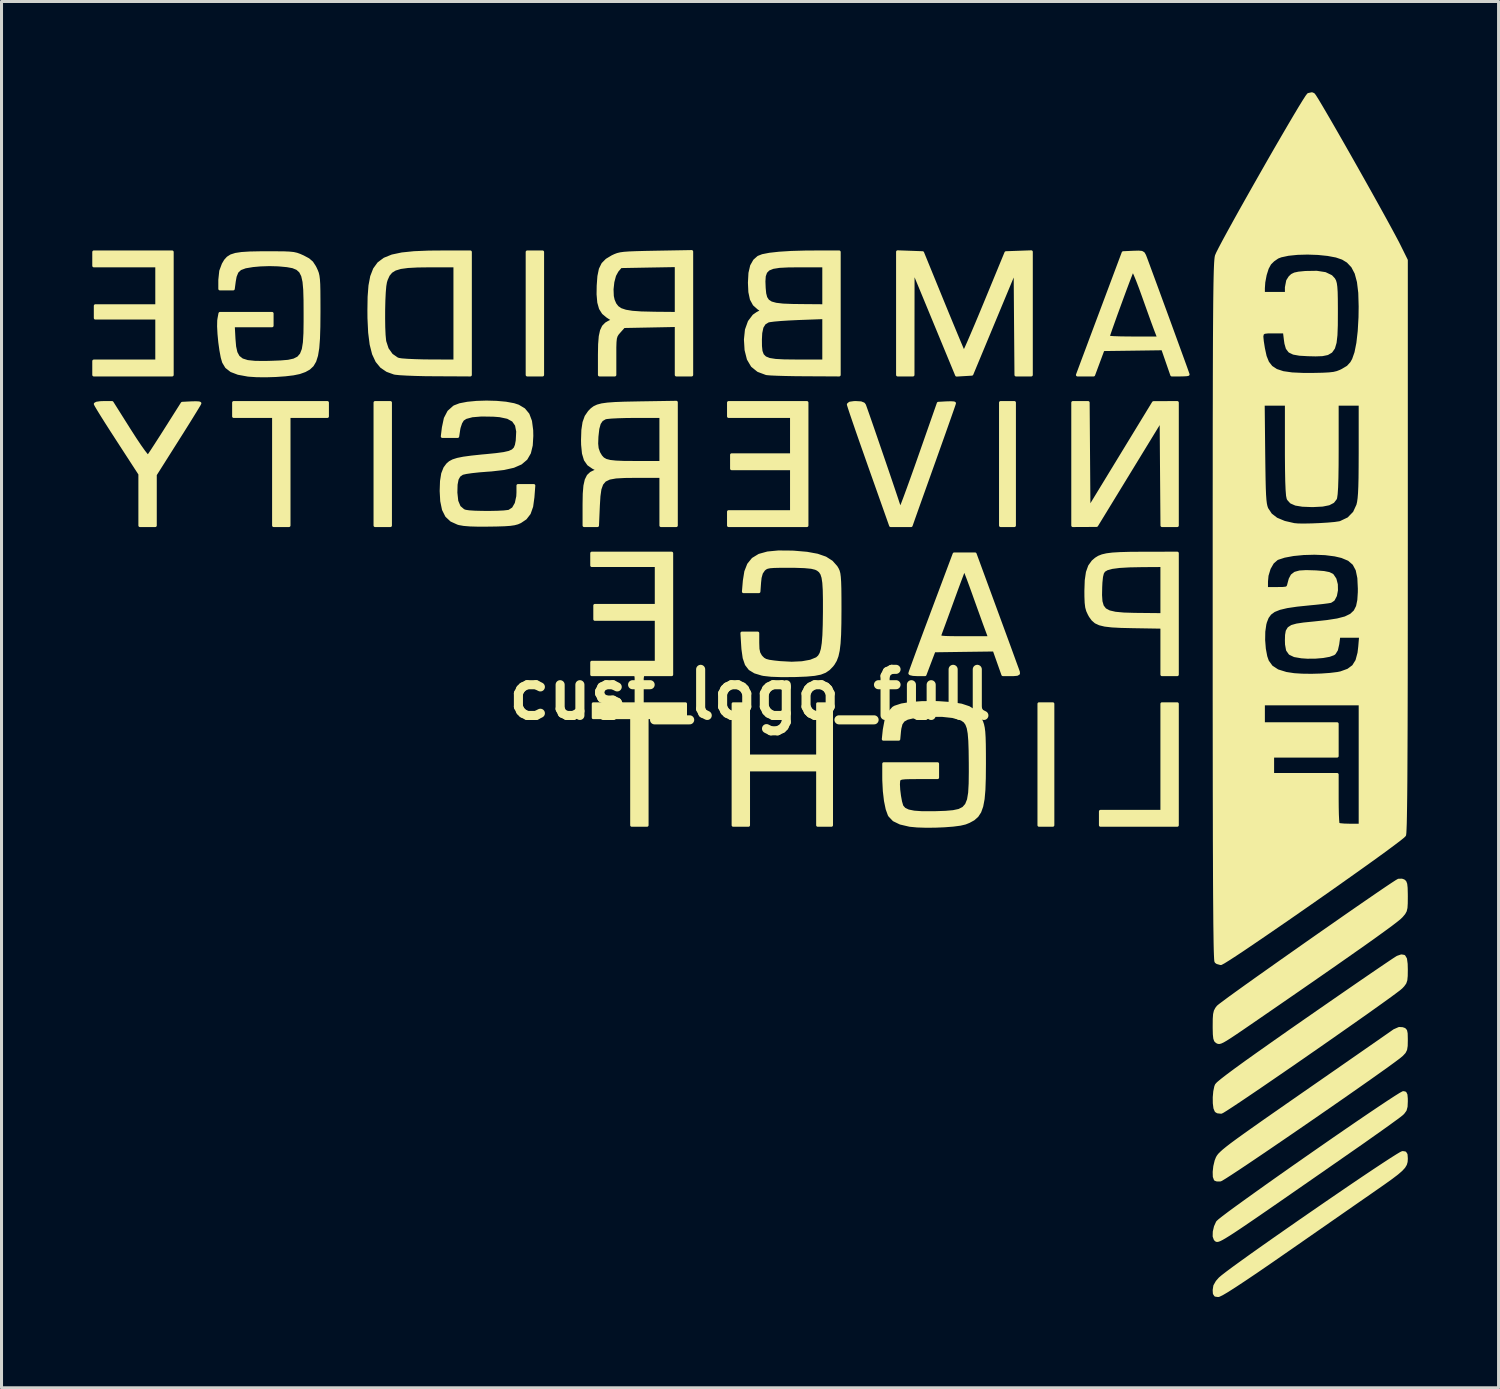
<source format=kicad_pcb>
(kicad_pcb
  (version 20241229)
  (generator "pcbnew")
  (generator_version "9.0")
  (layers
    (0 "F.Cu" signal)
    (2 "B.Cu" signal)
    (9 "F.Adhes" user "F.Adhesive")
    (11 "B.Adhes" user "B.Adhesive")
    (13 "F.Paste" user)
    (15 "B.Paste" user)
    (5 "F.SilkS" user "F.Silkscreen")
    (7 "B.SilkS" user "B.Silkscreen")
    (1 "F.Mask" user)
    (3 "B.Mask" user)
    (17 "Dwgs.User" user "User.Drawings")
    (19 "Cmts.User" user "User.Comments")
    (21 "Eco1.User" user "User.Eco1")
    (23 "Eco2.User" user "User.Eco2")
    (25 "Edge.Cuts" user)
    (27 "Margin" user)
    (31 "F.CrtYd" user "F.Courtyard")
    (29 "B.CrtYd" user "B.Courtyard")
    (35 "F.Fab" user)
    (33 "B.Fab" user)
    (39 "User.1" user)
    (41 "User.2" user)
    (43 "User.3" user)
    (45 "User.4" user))
  (footprint "cusf_logo_full"
    (layer "F.Cu")
    (at 21.742 19.909)
    (property "Reference" "cusf_logo_full" (at 0 0 0) (layer "F.SilkS") (effects (font (size 1.524 1.524) (thickness 0.3))))
    (attr through_hole)
    (fp_poly (pts (xy -11.887 -5.588) (xy -12.141 -5.588) (xy -12.395 -5.588) (xy -12.395 -7.62) (xy -12.395 -9.652) (xy -12.141 -9.652) (xy -11.887 -9.652) (xy -11.887 -7.62) (xy -11.887 -5.588)) (stroke (width 0.1) (type solid)) (fill yes) (layer "F.SilkS"))
    (fp_poly (pts (xy -6.858 -10.566) (xy -7.112 -10.566) (xy -7.366 -10.566) (xy -7.366 -12.598) (xy -7.366 -14.63) (xy -7.112 -14.63) (xy -6.858 -14.63) (xy -6.858 -12.598) (xy -6.858 -10.566)) (stroke (width 0.1) (type solid)) (fill yes) (layer "F.SilkS"))
    (fp_poly (pts (xy 8.738 -5.588) (xy 8.509 -5.588) (xy 8.28 -5.588) (xy 8.28 -7.62) (xy 8.28 -9.652) (xy 8.509 -9.652) (xy 8.738 -9.652) (xy 8.738 -7.62) (xy 8.738 -5.588)) (stroke (width 0.1) (type solid)) (fill yes) (layer "F.SilkS"))
    (fp_poly (pts (xy 10.008 4.318) (xy 9.779 4.318) (xy 9.55 4.318) (xy 9.55 2.311) (xy 9.55 0.305) (xy 9.779 0.305) (xy 10.008 0.305) (xy 10.008 2.311) (xy 10.008 4.318)) (stroke (width 0.1) (type solid)) (fill yes) (layer "F.SilkS"))
    (fp_poly (pts (xy 14.122 4.318) (xy 12.852 4.318) (xy 11.582 4.318) (xy 11.582 4.089) (xy 11.582 3.861) (xy 12.598 3.861) (xy 13.614 3.861) (xy 13.614 2.083) (xy 13.614 0.305) (xy 13.868 0.305) (xy 14.122 0.305) (xy 14.122 2.311) (xy 14.122 4.318)) (stroke (width 0.1) (type solid)) (fill yes) (layer "F.SilkS"))
    (fp_poly (pts (xy -13.97 -9.195) (xy -14.605 -9.195) (xy -15.24 -9.195) (xy -15.24 -7.391) (xy -15.24 -5.588) (xy -15.494 -5.588) (xy -15.748 -5.588) (xy -15.748 -7.391) (xy -15.748 -9.195) (xy -16.408 -9.195) (xy -17.069 -9.195) (xy -17.069 -9.423) (xy -17.069 -9.652) (xy -15.519 -9.652) (xy -13.97 -9.652) (xy -13.97 -9.423) (xy -13.97 -9.195)) (stroke (width 0.1) (type solid)) (fill yes) (layer "F.SilkS"))
    (fp_poly (pts (xy -2.134 0.762) (xy -2.769 0.762) (xy -3.404 0.762) (xy -3.404 2.54) (xy -3.404 4.318) (xy -3.658 4.318) (xy -3.912 4.318) (xy -3.912 2.54) (xy -3.912 0.762) (xy -4.547 0.762) (xy -5.182 0.762) (xy -5.182 0.533) (xy -5.182 0.305) (xy -3.658 0.305) (xy -2.134 0.305) (xy -2.134 0.533) (xy -2.134 0.762)) (stroke (width 0.1) (type solid)) (fill yes) (layer "F.SilkS"))
    (fp_poly (pts (xy 14.122 -5.588) (xy 13.869 -5.588) (xy 13.616 -5.588) (xy 13.602 -7.336) (xy 13.589 -9.084) (xy 12.522 -7.338) (xy 11.455 -5.592) (xy 11.062 -5.59) (xy 10.668 -5.588) (xy 10.668 -7.62) (xy 10.668 -9.652) (xy 10.921 -9.652) (xy 11.175 -9.652) (xy 11.188 -7.9) (xy 11.201 -6.148) (xy 12.268 -7.899) (xy 13.335 -9.649) (xy 13.729 -9.651) (xy 14.122 -9.652) (xy 14.122 -7.62) (xy 14.122 -5.588)) (stroke (width 0.1) (type solid)) (fill yes) (layer "F.SilkS"))
    (fp_poly (pts (xy -19.101 -10.566) (xy -20.396 -10.566) (xy -21.692 -10.566) (xy -21.692 -10.795) (xy -21.692 -11.024) (xy -20.65 -11.024) (xy -19.609 -11.024) (xy -19.609 -11.735) (xy -19.609 -12.446) (xy -20.625 -12.446) (xy -21.641 -12.446) (xy -21.641 -12.649) (xy -21.641 -12.852) (xy -20.625 -12.852) (xy -19.609 -12.852) (xy -19.609 -13.513) (xy -19.609 -14.173) (xy -20.65 -14.173) (xy -21.692 -14.173) (xy -21.692 -14.402) (xy -21.692 -14.63) (xy -20.396 -14.63) (xy -19.101 -14.63) (xy -19.101 -12.598) (xy -19.101 -10.566)) (stroke (width 0.1) (type solid)) (fill yes) (layer "F.SilkS"))
    (fp_poly (pts (xy -2.591 -0.66) (xy -3.912 -0.66) (xy -5.232 -0.66) (xy -5.232 -0.864) (xy -5.232 -1.067) (xy -4.166 -1.067) (xy -3.099 -1.067) (xy -3.099 -1.778) (xy -3.099 -2.489) (xy -4.115 -2.489) (xy -5.131 -2.489) (xy -5.131 -2.718) (xy -5.131 -2.946) (xy -4.115 -2.946) (xy -3.099 -2.946) (xy -3.099 -3.607) (xy -3.099 -4.267) (xy -4.166 -4.267) (xy -5.232 -4.267) (xy -5.232 -4.47) (xy -5.232 -4.674) (xy -3.912 -4.674) (xy -2.591 -4.674) (xy -2.591 -2.667) (xy -2.591 -0.66)) (stroke (width 0.1) (type solid)) (fill yes) (layer "F.SilkS"))
    (fp_poly (pts (xy 1.88 -5.588) (xy 0.584 -5.588) (xy -0.711 -5.588) (xy -0.711 -5.817) (xy -0.711 -6.045) (xy 0.33 -6.045) (xy 1.372 -6.045) (xy 1.372 -6.756) (xy 1.372 -7.468) (xy 0.381 -7.468) (xy -0.61 -7.468) (xy -0.61 -7.696) (xy -0.61 -7.925) (xy 0.381 -7.925) (xy 1.372 -7.925) (xy 1.372 -8.56) (xy 1.372 -9.195) (xy 0.33 -9.195) (xy -0.711 -9.195) (xy -0.711 -9.423) (xy -0.711 -9.652) (xy 0.584 -9.652) (xy 1.88 -9.652) (xy 1.88 -7.62) (xy 1.88 -5.588)) (stroke (width 0.1) (type solid)) (fill yes) (layer "F.SilkS"))
    (fp_poly (pts (xy 2.692 4.318) (xy 2.464 4.318) (xy 2.235 4.318) (xy 2.235 3.404) (xy 2.235 2.489) (xy 1.092 2.489) (xy -0.051 2.489) (xy -0.051 3.404) (xy -0.051 4.318) (xy -0.305 4.318) (xy -0.559 4.318) (xy -0.559 2.311) (xy -0.559 0.305) (xy -0.305 0.305) (xy -0.051 0.305) (xy -0.051 1.168) (xy -0.051 2.032) (xy 1.092 2.032) (xy 2.235 2.032) (xy 2.235 1.168) (xy 2.235 0.305) (xy 2.464 0.305) (xy 2.692 0.305) (xy 2.692 2.311) (xy 2.692 4.318)) (stroke (width 0.1) (type solid)) (fill yes) (layer "F.SilkS"))
    (fp_poly (pts (xy 9.296 -10.566) (xy 9.043 -10.566) (xy 8.79 -10.566) (xy 8.776 -12.3) (xy 8.763 -14.033) (xy 8.047 -12.313) (xy 7.331 -10.592) (xy 7.08 -10.577) (xy 6.828 -10.562) (xy 6.108 -12.304) (xy 5.388 -14.046) (xy 5.386 -12.306) (xy 5.385 -10.566) (xy 5.131 -10.566) (xy 4.877 -10.566) (xy 4.877 -12.6) (xy 4.877 -14.635) (xy 5.29 -14.62) (xy 5.703 -14.605) (xy 6.372 -12.968) (xy 6.529 -12.585) (xy 6.675 -12.232) (xy 6.804 -11.921) (xy 6.912 -11.662) (xy 6.995 -11.466) (xy 7.048 -11.344) (xy 7.066 -11.307) (xy 7.09 -11.347) (xy 7.148 -11.47) (xy 7.235 -11.666) (xy 7.347 -11.926) (xy 7.48 -12.238) (xy 7.628 -12.592) (xy 7.774 -12.944) (xy 8.459 -14.605) (xy 8.878 -14.62) (xy 9.296 -14.635) (xy 9.296 -12.6) (xy 9.296 -10.566)) (stroke (width 0.1) (type solid)) (fill yes) (layer "F.SilkS"))
    (fp_poly (pts (xy -18.186 -9.629) (xy -18.212 -9.58) (xy -18.286 -9.457) (xy -18.4 -9.271) (xy -18.547 -9.033) (xy -18.721 -8.755) (xy -18.915 -8.448) (xy -18.923 -8.435) (xy -19.66 -7.269) (xy -19.66 -6.428) (xy -19.66 -5.588) (xy -19.914 -5.588) (xy -20.168 -5.588) (xy -20.168 -6.44) (xy -20.168 -7.291) (xy -20.904 -8.426) (xy -21.1 -8.729) (xy -21.277 -9.006) (xy -21.426 -9.243) (xy -21.541 -9.43) (xy -21.615 -9.555) (xy -21.641 -9.606) (xy -21.595 -9.631) (xy -21.477 -9.648) (xy -21.365 -9.652) (xy -21.088 -9.652) (xy -20.514 -8.741) (xy -20.332 -8.458) (xy -20.173 -8.22) (xy -20.042 -8.036) (xy -19.948 -7.917) (xy -19.898 -7.873) (xy -19.894 -7.874) (xy -19.854 -7.929) (xy -19.769 -8.056) (xy -19.648 -8.242) (xy -19.5 -8.472) (xy -19.334 -8.732) (xy -19.309 -8.772) (xy -18.768 -9.627) (xy -18.477 -9.642) (xy -18.321 -9.646) (xy -18.215 -9.64) (xy -18.186 -9.629)) (stroke (width 0.1) (type solid)) (fill yes) (layer "F.SilkS"))
    (fp_poly (pts (xy 21.692 15.347) (xy 21.686 15.44) (xy 21.662 15.525) (xy 21.61 15.612) (xy 21.521 15.709) (xy 21.385 15.826) (xy 21.192 15.973) (xy 20.932 16.159) (xy 20.652 16.354) (xy 20.467 16.483) (xy 20.209 16.662) (xy 19.891 16.883) (xy 19.524 17.138) (xy 19.12 17.419) (xy 18.69 17.718) (xy 18.247 18.026) (xy 17.8 18.337) (xy 17.772 18.356) (xy 17.217 18.741) (xy 16.742 19.067) (xy 16.344 19.335) (xy 16.023 19.547) (xy 15.777 19.704) (xy 15.602 19.807) (xy 15.499 19.857) (xy 15.474 19.863) (xy 15.385 19.851) (xy 15.348 19.794) (xy 15.342 19.683) (xy 15.363 19.544) (xy 15.438 19.412) (xy 15.532 19.305) (xy 15.615 19.234) (xy 15.77 19.114) (xy 15.989 18.951) (xy 16.264 18.752) (xy 16.587 18.52) (xy 16.95 18.263) (xy 17.344 17.986) (xy 17.761 17.695) (xy 18.193 17.394) (xy 18.632 17.091) (xy 19.069 16.79) (xy 19.496 16.498) (xy 19.905 16.219) (xy 20.288 15.96) (xy 20.636 15.727) (xy 20.942 15.525) (xy 21.197 15.359) (xy 21.392 15.236) (xy 21.52 15.16) (xy 21.57 15.138) (xy 21.648 15.15) (xy 21.683 15.204) (xy 21.692 15.328) (xy 21.692 15.347)) (stroke (width 0.1) (type solid)) (fill yes) (layer "F.SilkS"))
    (fp_poly (pts (xy 21.692 9.092) (xy 21.689 9.299) (xy 21.676 9.434) (xy 21.645 9.527) (xy 21.585 9.61) (xy 21.526 9.673) (xy 21.456 9.733) (xy 21.311 9.842) (xy 21.102 9.996) (xy 20.835 10.188) (xy 20.519 10.413) (xy 20.163 10.665) (xy 19.774 10.938) (xy 19.362 11.227) (xy 18.934 11.526) (xy 18.499 11.828) (xy 18.065 12.129) (xy 17.64 12.422) (xy 17.232 12.702) (xy 16.851 12.963) (xy 16.504 13.198) (xy 16.199 13.404) (xy 15.945 13.573) (xy 15.75 13.7) (xy 15.623 13.779) (xy 15.573 13.804) (xy 15.458 13.792) (xy 15.405 13.76) (xy 15.366 13.666) (xy 15.346 13.506) (xy 15.344 13.312) (xy 15.361 13.119) (xy 15.395 12.958) (xy 15.417 12.905) (xy 15.469 12.848) (xy 15.592 12.745) (xy 15.787 12.594) (xy 16.056 12.394) (xy 16.401 12.144) (xy 16.824 11.843) (xy 17.326 11.489) (xy 17.909 11.08) (xy 18.385 10.749) (xy 18.872 10.411) (xy 19.336 10.09) (xy 19.772 9.789) (xy 20.171 9.514) (xy 20.527 9.27) (xy 20.832 9.062) (xy 21.08 8.894) (xy 21.263 8.771) (xy 21.375 8.699) (xy 21.405 8.681) (xy 21.531 8.638) (xy 21.615 8.653) (xy 21.665 8.738) (xy 21.687 8.904) (xy 21.692 9.092)) (stroke (width 0.1) (type solid)) (fill yes) (layer "F.SilkS"))
    (fp_poly (pts (xy 14.122 -0.66) (xy 13.868 -0.66) (xy 13.614 -0.66) (xy 13.614 -1.445) (xy 13.614 -2.229) (xy 13.614 -2.642) (xy 13.614 -3.454) (xy 13.614 -4.267) (xy 12.967 -4.263) (xy 12.543 -4.255) (xy 12.212 -4.236) (xy 11.966 -4.204) (xy 11.797 -4.158) (xy 11.696 -4.098) (xy 11.695 -4.096) (xy 11.648 -4.022) (xy 11.617 -3.897) (xy 11.597 -3.702) (xy 11.59 -3.552) (xy 11.585 -3.286) (xy 11.599 -3.078) (xy 11.644 -2.922) (xy 11.73 -2.81) (xy 11.87 -2.735) (xy 12.072 -2.688) (xy 12.35 -2.662) (xy 12.712 -2.651) (xy 12.916 -2.649) (xy 13.614 -2.642) (xy 13.614 -2.229) (xy 12.662 -2.245) (xy 12.268 -2.254) (xy 11.961 -2.27) (xy 11.728 -2.297) (xy 11.555 -2.339) (xy 11.426 -2.399) (xy 11.33 -2.483) (xy 11.25 -2.593) (xy 11.212 -2.661) (xy 11.161 -2.771) (xy 11.128 -2.888) (xy 11.11 -3.037) (xy 11.102 -3.245) (xy 11.101 -3.429) (xy 11.113 -3.777) (xy 11.152 -4.043) (xy 11.224 -4.244) (xy 11.334 -4.397) (xy 11.434 -4.483) (xy 11.529 -4.542) (xy 11.643 -4.587) (xy 11.789 -4.621) (xy 11.98 -4.645) (xy 12.231 -4.66) (xy 12.554 -4.669) (xy 12.962 -4.672) (xy 13.043 -4.672) (xy 14.122 -4.674) (xy 14.122 -2.667) (xy 14.122 -0.66)) (stroke (width 0.1) (type solid)) (fill yes) (layer "F.SilkS"))
    (fp_poly (pts (xy 21.692 13.442) (xy 21.684 13.617) (xy 21.653 13.732) (xy 21.585 13.824) (xy 21.547 13.861) (xy 21.474 13.92) (xy 21.326 14.029) (xy 21.116 14.182) (xy 20.853 14.37) (xy 20.547 14.586) (xy 20.21 14.824) (xy 19.85 15.074) (xy 19.833 15.086) (xy 19.136 15.571) (xy 18.517 16.001) (xy 17.972 16.379) (xy 17.496 16.709) (xy 17.085 16.993) (xy 16.732 17.236) (xy 16.435 17.439) (xy 16.187 17.607) (xy 15.984 17.742) (xy 15.821 17.847) (xy 15.693 17.926) (xy 15.596 17.982) (xy 15.525 18.018) (xy 15.474 18.037) (xy 15.439 18.042) (xy 15.415 18.037) (xy 15.398 18.024) (xy 15.382 18.007) (xy 15.375 18) (xy 15.341 17.905) (xy 15.345 17.756) (xy 15.383 17.591) (xy 15.448 17.447) (xy 15.456 17.436) (xy 15.516 17.38) (xy 15.651 17.274) (xy 15.852 17.122) (xy 16.112 16.932) (xy 16.422 16.708) (xy 16.774 16.456) (xy 17.16 16.181) (xy 17.572 15.89) (xy 18.002 15.588) (xy 18.442 15.281) (xy 18.883 14.974) (xy 19.317 14.673) (xy 19.737 14.384) (xy 20.134 14.112) (xy 20.501 13.863) (xy 20.828 13.643) (xy 21.108 13.457) (xy 21.332 13.311) (xy 21.494 13.21) (xy 21.583 13.161) (xy 21.597 13.157) (xy 21.651 13.171) (xy 21.68 13.229) (xy 21.691 13.354) (xy 21.692 13.442)) (stroke (width 0.1) (type solid)) (fill yes) (layer "F.SilkS"))
    (fp_poly (pts (xy -9.246 -10.566) (xy -9.754 -10.569) (xy -9.754 -11.024) (xy -9.754 -12.598) (xy -9.754 -14.173) (xy -10.579 -14.173) (xy -10.988 -14.168) (xy -11.309 -14.151) (xy -11.553 -14.118) (xy -11.734 -14.063) (xy -11.864 -13.983) (xy -11.957 -13.872) (xy -12.023 -13.726) (xy -12.05 -13.642) (xy -12.073 -13.509) (xy -12.091 -13.297) (xy -12.104 -13.031) (xy -12.111 -12.734) (xy -12.112 -12.429) (xy -12.108 -12.139) (xy -12.097 -11.888) (xy -12.079 -11.7) (xy -12.075 -11.672) (xy -11.994 -11.424) (xy -11.852 -11.225) (xy -11.669 -11.098) (xy -11.616 -11.079) (xy -11.512 -11.063) (xy -11.327 -11.049) (xy -11.083 -11.038) (xy -10.8 -11.03) (xy -10.604 -11.028) (xy -9.754 -11.024) (xy -9.754 -10.569) (xy -10.401 -10.572) (xy -10.747 -10.575) (xy -11.07 -10.583) (xy -11.352 -10.594) (xy -11.576 -10.607) (xy -11.724 -10.622) (xy -11.76 -10.629) (xy -11.993 -10.713) (xy -12.183 -10.842) (xy -12.332 -11.023) (xy -12.445 -11.265) (xy -12.524 -11.577) (xy -12.573 -11.967) (xy -12.596 -12.444) (xy -12.598 -12.706) (xy -12.591 -13.147) (xy -12.563 -13.515) (xy -12.506 -13.818) (xy -12.412 -14.061) (xy -12.274 -14.251) (xy -12.082 -14.394) (xy -11.828 -14.497) (xy -11.505 -14.565) (xy -11.105 -14.606) (xy -10.618 -14.626) (xy -10.122 -14.63) (xy -9.246 -14.63) (xy -9.246 -12.598) (xy -9.246 -10.566)) (stroke (width 0.1) (type solid)) (fill yes) (layer "F.SilkS"))
    (fp_poly (pts (xy 6.756 -9.631) (xy 6.74 -9.579) (xy 6.693 -9.442) (xy 6.619 -9.231) (xy 6.522 -8.956) (xy 6.406 -8.627) (xy 6.274 -8.257) (xy 6.131 -7.855) (xy 6.116 -7.812) (xy 5.968 -7.398) (xy 5.828 -7.006) (xy 5.7 -6.648) (xy 5.589 -6.337) (xy 5.499 -6.084) (xy 5.435 -5.903) (xy 5.4 -5.805) (xy 5.4 -5.804) (xy 5.324 -5.588) (xy 4.986 -5.588) (xy 4.647 -5.588) (xy 3.949 -7.559) (xy 3.799 -7.986) (xy 3.659 -8.383) (xy 3.534 -8.742) (xy 3.428 -9.051) (xy 3.343 -9.3) (xy 3.284 -9.479) (xy 3.254 -9.576) (xy 3.251 -9.591) (xy 3.3 -9.632) (xy 3.439 -9.651) (xy 3.5 -9.652) (xy 3.664 -9.642) (xy 3.752 -9.607) (xy 3.783 -9.563) (xy 3.817 -9.468) (xy 3.879 -9.293) (xy 3.963 -9.052) (xy 4.064 -8.761) (xy 4.176 -8.435) (xy 4.295 -8.088) (xy 4.416 -7.736) (xy 4.533 -7.394) (xy 4.641 -7.076) (xy 4.735 -6.798) (xy 4.81 -6.575) (xy 4.861 -6.422) (xy 4.88 -6.363) (xy 4.924 -6.233) (xy 4.963 -6.156) (xy 4.974 -6.148) (xy 4.997 -6.194) (xy 5.049 -6.326) (xy 5.127 -6.532) (xy 5.226 -6.802) (xy 5.343 -7.126) (xy 5.474 -7.492) (xy 5.613 -7.887) (xy 6.223 -9.627) (xy 6.49 -9.642) (xy 6.639 -9.646) (xy 6.735 -9.64) (xy 6.756 -9.631)) (stroke (width 0.1) (type solid)) (fill yes) (layer "F.SilkS"))
    (fp_poly (pts (xy 21.692 11.421) (xy 21.688 11.609) (xy 21.669 11.73) (xy 21.625 11.818) (xy 21.543 11.906) (xy 21.526 11.921) (xy 21.444 11.988) (xy 21.289 12.104) (xy 21.07 12.264) (xy 20.795 12.46) (xy 20.472 12.689) (xy 20.11 12.943) (xy 19.717 13.218) (xy 19.301 13.507) (xy 18.87 13.805) (xy 18.433 14.107) (xy 17.998 14.406) (xy 17.574 14.696) (xy 17.168 14.973) (xy 16.789 15.23) (xy 16.445 15.462) (xy 16.144 15.663) (xy 15.895 15.827) (xy 15.707 15.948) (xy 15.586 16.022) (xy 15.545 16.042) (xy 15.434 16.043) (xy 15.379 16.023) (xy 15.346 15.932) (xy 15.342 15.778) (xy 15.362 15.594) (xy 15.405 15.414) (xy 15.445 15.313) (xy 15.472 15.266) (xy 15.511 15.214) (xy 15.571 15.153) (xy 15.655 15.077) (xy 15.771 14.982) (xy 15.924 14.864) (xy 16.121 14.719) (xy 16.367 14.542) (xy 16.669 14.328) (xy 17.032 14.072) (xy 17.463 13.772) (xy 17.967 13.421) (xy 18.353 13.153) (xy 18.833 12.82) (xy 19.291 12.502) (xy 19.72 12.204) (xy 20.113 11.931) (xy 20.461 11.689) (xy 20.759 11.482) (xy 20.998 11.315) (xy 21.172 11.194) (xy 21.273 11.123) (xy 21.294 11.108) (xy 21.455 11.037) (xy 21.561 11.043) (xy 21.63 11.067) (xy 21.669 11.112) (xy 21.687 11.201) (xy 21.691 11.361) (xy 21.692 11.421)) (stroke (width 0.1) (type solid)) (fill yes) (layer "F.SilkS"))
    (fp_poly (pts (xy 21.692 6.674) (xy 21.69 6.897) (xy 21.681 7.046) (xy 21.657 7.147) (xy 21.612 7.228) (xy 21.539 7.315) (xy 21.526 7.329) (xy 21.462 7.39) (xy 21.345 7.484) (xy 21.174 7.615) (xy 20.944 7.783) (xy 20.654 7.993) (xy 20.3 8.245) (xy 19.878 8.541) (xy 19.387 8.885) (xy 18.822 9.278) (xy 18.181 9.722) (xy 17.461 10.219) (xy 17.018 10.524) (xy 16.629 10.792) (xy 16.314 11.008) (xy 16.066 11.177) (xy 15.875 11.304) (xy 15.732 11.395) (xy 15.63 11.454) (xy 15.558 11.487) (xy 15.509 11.499) (xy 15.474 11.496) (xy 15.443 11.482) (xy 15.429 11.474) (xy 15.387 11.435) (xy 15.361 11.36) (xy 15.347 11.231) (xy 15.342 11.026) (xy 15.342 10.949) (xy 15.344 10.72) (xy 15.355 10.567) (xy 15.379 10.463) (xy 15.422 10.381) (xy 15.471 10.318) (xy 15.53 10.269) (xy 15.664 10.168) (xy 15.864 10.02) (xy 16.123 9.833) (xy 16.432 9.611) (xy 16.783 9.361) (xy 17.168 9.089) (xy 17.578 8.799) (xy 18.005 8.499) (xy 18.44 8.193) (xy 18.876 7.888) (xy 19.304 7.59) (xy 19.715 7.303) (xy 20.102 7.035) (xy 20.455 6.792) (xy 20.768 6.577) (xy 21.03 6.399) (xy 21.235 6.262) (xy 21.374 6.172) (xy 21.438 6.136) (xy 21.545 6.135) (xy 21.603 6.155) (xy 21.645 6.192) (xy 21.672 6.263) (xy 21.686 6.388) (xy 21.691 6.587) (xy 21.692 6.674)) (stroke (width 0.1) (type solid)) (fill yes) (layer "F.SilkS"))
    (fp_poly (pts (xy -1.93 -10.566) (xy -2.184 -10.566) (xy -2.438 -10.566) (xy -2.438 -11.383) (xy -2.438 -12.201) (xy -2.438 -12.598) (xy -2.438 -13.39) (xy -2.438 -14.181) (xy -3.357 -14.165) (xy -4.276 -14.148) (xy -4.394 -14.01) (xy -4.478 -13.857) (xy -4.535 -13.641) (xy -4.562 -13.399) (xy -4.553 -13.169) (xy -4.525 -13.041) (xy -4.468 -12.907) (xy -4.389 -12.803) (xy -4.276 -12.726) (xy -4.114 -12.672) (xy -3.893 -12.636) (xy -3.598 -12.615) (xy -3.218 -12.606) (xy -3.111 -12.604) (xy -2.438 -12.598) (xy -2.438 -12.201) (xy -3.306 -12.184) (xy -4.174 -12.167) (xy -4.322 -12.001) (xy -4.384 -11.929) (xy -4.425 -11.861) (xy -4.451 -11.778) (xy -4.464 -11.657) (xy -4.47 -11.478) (xy -4.47 -11.219) (xy -4.47 -11.201) (xy -4.47 -10.566) (xy -4.724 -10.566) (xy -4.978 -10.566) (xy -4.978 -11.232) (xy -4.972 -11.578) (xy -4.951 -11.839) (xy -4.91 -12.029) (xy -4.846 -12.163) (xy -4.754 -12.257) (xy -4.67 -12.306) (xy -4.521 -12.378) (xy -4.711 -12.501) (xy -4.85 -12.617) (xy -4.944 -12.766) (xy -5 -12.965) (xy -5.023 -13.231) (xy -5.019 -13.514) (xy -4.996 -13.827) (xy -4.948 -14.06) (xy -4.864 -14.232) (xy -4.735 -14.363) (xy -4.551 -14.474) (xy -4.549 -14.475) (xy -4.464 -14.515) (xy -4.382 -14.546) (xy -4.286 -14.569) (xy -4.162 -14.586) (xy -3.996 -14.598) (xy -3.772 -14.607) (xy -3.476 -14.615) (xy -3.114 -14.622) (xy -1.93 -14.643) (xy -1.93 -12.605) (xy -1.93 -10.566)) (stroke (width 0.1) (type solid)) (fill yes) (layer "F.SilkS"))
    (fp_poly (pts (xy 8.872 -0.698) (xy 8.826 -0.671) (xy 8.71 -0.661) (xy 8.627 -0.661) (xy 8.357 -0.661) (xy 8.213 -1.068) (xy 8.069 -1.475) (xy 7.92 -1.473) (xy 7.92 -1.88) (xy 7.802 -2.197) (xy 7.744 -2.354) (xy 7.662 -2.583) (xy 7.562 -2.859) (xy 7.455 -3.157) (xy 7.39 -3.34) (xy 7.293 -3.608) (xy 7.208 -3.838) (xy 7.14 -4.014) (xy 7.095 -4.123) (xy 7.08 -4.15) (xy 7.058 -4.1) (xy 7.008 -3.968) (xy 6.933 -3.769) (xy 6.839 -3.516) (xy 6.732 -3.223) (xy 6.686 -3.096) (xy 6.573 -2.786) (xy 6.47 -2.504) (xy 6.383 -2.267) (xy 6.317 -2.089) (xy 6.279 -1.985) (xy 6.273 -1.968) (xy 6.266 -1.936) (xy 6.286 -1.912) (xy 6.346 -1.896) (xy 6.46 -1.887) (xy 6.64 -1.882) (xy 6.902 -1.88) (xy 7.079 -1.88) (xy 7.92 -1.88) (xy 7.92 -1.473) (xy 7.076 -1.462) (xy 6.082 -1.448) (xy 5.932 -1.054) (xy 5.783 -0.66) (xy 5.533 -0.66) (xy 5.389 -0.668) (xy 5.299 -0.688) (xy 5.283 -0.703) (xy 5.3 -0.759) (xy 5.35 -0.899) (xy 5.428 -1.114) (xy 5.53 -1.393) (xy 5.653 -1.726) (xy 5.793 -2.103) (xy 5.947 -2.514) (xy 6.015 -2.697) (xy 6.747 -4.648) (xy 7.093 -4.648) (xy 7.439 -4.648) (xy 8.139 -2.743) (xy 8.293 -2.323) (xy 8.437 -1.931) (xy 8.567 -1.577) (xy 8.678 -1.272) (xy 8.767 -1.027) (xy 8.831 -0.853) (xy 8.864 -0.76) (xy 8.868 -0.749) (xy 8.872 -0.698)) (stroke (width 0.1) (type solid)) (fill yes) (layer "F.SilkS"))
    (fp_poly (pts (xy -2.438 -5.588) (xy -2.692 -5.588) (xy -2.946 -5.588) (xy -2.946 -6.401) (xy -2.946 -7.214) (xy -2.946 -7.671) (xy -2.946 -8.433) (xy -2.946 -9.195) (xy -3.807 -9.195) (xy -4.101 -9.192) (xy -4.368 -9.184) (xy -4.587 -9.173) (xy -4.739 -9.158) (xy -4.794 -9.146) (xy -4.907 -9.079) (xy -4.983 -8.966) (xy -5.032 -8.79) (xy -5.061 -8.531) (xy -5.062 -8.517) (xy -5.07 -8.294) (xy -5.054 -8.136) (xy -5.009 -8.006) (xy -4.995 -7.976) (xy -4.933 -7.873) (xy -4.862 -7.796) (xy -4.765 -7.741) (xy -4.629 -7.706) (xy -4.437 -7.685) (xy -4.175 -7.674) (xy -3.828 -7.672) (xy -3.797 -7.672) (xy -2.946 -7.671) (xy -2.946 -7.214) (xy -3.762 -7.214) (xy -4.143 -7.21) (xy -4.435 -7.194) (xy -4.651 -7.155) (xy -4.802 -7.082) (xy -4.901 -6.965) (xy -4.962 -6.795) (xy -4.995 -6.561) (xy -5.014 -6.252) (xy -5.017 -6.185) (xy -5.043 -5.588) (xy -5.265 -5.588) (xy -5.486 -5.588) (xy -5.486 -6.287) (xy -5.48 -6.637) (xy -5.458 -6.902) (xy -5.415 -7.094) (xy -5.348 -7.228) (xy -5.252 -7.318) (xy -5.147 -7.369) (xy -5.012 -7.421) (xy -5.185 -7.508) (xy -5.338 -7.614) (xy -5.443 -7.764) (xy -5.506 -7.974) (xy -5.534 -8.259) (xy -5.537 -8.413) (xy -5.526 -8.744) (xy -5.488 -8.995) (xy -5.419 -9.188) (xy -5.314 -9.341) (xy -5.314 -9.341) (xy -5.233 -9.424) (xy -5.146 -9.489) (xy -5.039 -9.539) (xy -4.899 -9.576) (xy -4.713 -9.602) (xy -4.468 -9.62) (xy -4.151 -9.632) (xy -3.748 -9.64) (xy -3.645 -9.642) (xy -2.438 -9.661) (xy -2.438 -7.625) (xy -2.438 -5.588)) (stroke (width 0.1) (type solid)) (fill yes) (layer "F.SilkS"))
    (fp_poly (pts (xy 14.478 -10.583) (xy 14.432 -10.574) (xy 14.314 -10.568) (xy 14.209 -10.566) (xy 13.94 -10.566) (xy 13.79 -10.999) (xy 13.64 -11.432) (xy 13.511 -11.43) (xy 13.511 -11.786) (xy 13.417 -12.027) (xy 13.37 -12.153) (xy 13.296 -12.354) (xy 13.204 -12.61) (xy 13.1 -12.9) (xy 13.003 -13.172) (xy 12.902 -13.451) (xy 12.81 -13.691) (xy 12.733 -13.878) (xy 12.678 -13.998) (xy 12.649 -14.036) (xy 12.648 -14.035) (xy 12.622 -13.979) (xy 12.569 -13.844) (xy 12.493 -13.647) (xy 12.402 -13.404) (xy 12.302 -13.133) (xy 12.198 -12.849) (xy 12.096 -12.57) (xy 12.004 -12.312) (xy 11.926 -12.092) (xy 11.869 -11.926) (xy 11.839 -11.832) (xy 11.836 -11.818) (xy 11.884 -11.808) (xy 12.017 -11.798) (xy 12.218 -11.791) (xy 12.471 -11.787) (xy 12.674 -11.786) (xy 13.511 -11.786) (xy 13.511 -11.43) (xy 12.654 -11.418) (xy 11.668 -11.405) (xy 11.512 -10.986) (xy 11.356 -10.566) (xy 11.089 -10.566) (xy 10.822 -10.566) (xy 10.931 -10.858) (xy 10.974 -10.974) (xy 11.048 -11.172) (xy 11.148 -11.438) (xy 11.268 -11.761) (xy 11.405 -12.126) (xy 11.553 -12.521) (xy 11.687 -12.878) (xy 12.334 -14.605) (xy 12.663 -14.62) (xy 12.841 -14.625) (xy 12.944 -14.616) (xy 13.001 -14.582) (xy 13.038 -14.516) (xy 13.048 -14.493) (xy 13.08 -14.409) (xy 13.14 -14.248) (xy 13.224 -14.02) (xy 13.328 -13.738) (xy 13.447 -13.415) (xy 13.576 -13.062) (xy 13.712 -12.692) (xy 13.849 -12.318) (xy 13.983 -11.95) (xy 14.11 -11.602) (xy 14.225 -11.286) (xy 14.324 -11.014) (xy 14.402 -10.799) (xy 14.454 -10.652) (xy 14.477 -10.586) (xy 14.478 -10.583)) (stroke (width 0.1) (type solid)) (fill yes) (layer "F.SilkS"))
    (fp_poly (pts (xy 2.946 -10.566) (xy 2.438 -10.569) (xy 2.438 -11.024) (xy 2.438 -11.743) (xy 2.438 -12.462) (xy 2.438 -12.852) (xy 2.438 -13.513) (xy 2.438 -14.173) (xy 1.649 -14.173) (xy 1.265 -14.17) (xy 0.971 -14.155) (xy 0.756 -14.121) (xy 0.608 -14.061) (xy 0.517 -13.969) (xy 0.47 -13.837) (xy 0.458 -13.657) (xy 0.467 -13.435) (xy 0.484 -13.255) (xy 0.52 -13.118) (xy 0.586 -13.017) (xy 0.694 -12.946) (xy 0.857 -12.901) (xy 1.087 -12.874) (xy 1.396 -12.862) (xy 1.714 -12.858) (xy 2.438 -12.852) (xy 2.438 -12.462) (xy 1.581 -12.43) (xy 1.286 -12.416) (xy 1.019 -12.399) (xy 0.8 -12.38) (xy 0.648 -12.36) (xy 0.593 -12.348) (xy 0.472 -12.273) (xy 0.394 -12.147) (xy 0.353 -11.954) (xy 0.342 -11.742) (xy 0.344 -11.519) (xy 0.362 -11.348) (xy 0.409 -11.222) (xy 0.497 -11.134) (xy 0.637 -11.077) (xy 0.841 -11.045) (xy 1.122 -11.03) (xy 1.49 -11.026) (xy 1.562 -11.026) (xy 2.438 -11.024) (xy 2.438 -10.569) (xy 1.816 -10.572) (xy 1.478 -10.575) (xy 1.166 -10.581) (xy 0.898 -10.589) (xy 0.69 -10.598) (xy 0.56 -10.609) (xy 0.533 -10.614) (xy 0.271 -10.712) (xy 0.076 -10.869) (xy -0.056 -11.093) (xy -0.131 -11.391) (xy -0.152 -11.737) (xy -0.119 -12.056) (xy -0.024 -12.322) (xy 0.126 -12.52) (xy 0.242 -12.601) (xy 0.407 -12.688) (xy 0.281 -12.771) (xy 0.138 -12.899) (xy 0.044 -13.072) (xy -0.006 -13.308) (xy -0.02 -13.614) (xy -0.003 -13.933) (xy 0.052 -14.17) (xy 0.149 -14.342) (xy 0.276 -14.455) (xy 0.414 -14.509) (xy 0.645 -14.554) (xy 0.962 -14.589) (xy 1.356 -14.614) (xy 1.82 -14.627) (xy 2.121 -14.629) (xy 2.946 -14.63) (xy 2.946 -12.598) (xy 2.946 -10.566)) (stroke (width 0.1) (type solid)) (fill yes) (layer "F.SilkS"))
    (fp_poly (pts (xy 2.972 -2.819) (xy 2.969 -2.359) (xy 2.96 -1.987) (xy 2.942 -1.691) (xy 2.914 -1.459) (xy 2.874 -1.278) (xy 2.82 -1.135) (xy 2.75 -1.017) (xy 2.706 -0.96) (xy 2.599 -0.85) (xy 2.478 -0.767) (xy 2.327 -0.708) (xy 2.129 -0.669) (xy 1.866 -0.645) (xy 1.522 -0.631) (xy 1.448 -0.629) (xy 1.034 -0.627) (xy 0.7 -0.639) (xy 0.453 -0.666) (xy 0.398 -0.677) (xy 0.164 -0.748) (xy -0.006 -0.851) (xy -0.121 -1.001) (xy -0.194 -1.215) (xy -0.235 -1.508) (xy -0.242 -1.61) (xy -0.268 -2.032) (xy -0.007 -2.032) (xy 0.254 -2.032) (xy 0.254 -1.705) (xy 0.261 -1.506) (xy 0.289 -1.374) (xy 0.346 -1.272) (xy 0.371 -1.242) (xy 0.435 -1.178) (xy 0.512 -1.133) (xy 0.625 -1.102) (xy 0.799 -1.077) (xy 0.988 -1.057) (xy 1.374 -1.036) (xy 1.718 -1.052) (xy 2.001 -1.103) (xy 2.205 -1.186) (xy 2.215 -1.192) (xy 2.288 -1.258) (xy 2.346 -1.356) (xy 2.389 -1.498) (xy 2.42 -1.695) (xy 2.441 -1.958) (xy 2.453 -2.3) (xy 2.459 -2.732) (xy 2.459 -2.743) (xy 2.459 -3.146) (xy 2.453 -3.46) (xy 2.438 -3.698) (xy 2.412 -3.872) (xy 2.372 -3.995) (xy 2.315 -4.08) (xy 2.24 -4.139) (xy 2.167 -4.174) (xy 2.029 -4.208) (xy 1.798 -4.23) (xy 1.472 -4.241) (xy 1.284 -4.242) (xy 0.998 -4.241) (xy 0.794 -4.236) (xy 0.657 -4.226) (xy 0.566 -4.207) (xy 0.504 -4.177) (xy 0.453 -4.134) (xy 0.449 -4.129) (xy 0.375 -4.022) (xy 0.332 -3.867) (xy 0.315 -3.71) (xy 0.293 -3.404) (xy 0.037 -3.404) (xy -0.218 -3.404) (xy -0.188 -3.763) (xy -0.14 -4.062) (xy -0.048 -4.298) (xy 0.097 -4.477) (xy 0.304 -4.603) (xy 0.581 -4.68) (xy 0.936 -4.714) (xy 1.377 -4.71) (xy 1.448 -4.707) (xy 1.879 -4.67) (xy 2.223 -4.607) (xy 2.491 -4.514) (xy 2.693 -4.385) (xy 2.842 -4.218) (xy 2.884 -4.148) (xy 2.913 -4.084) (xy 2.935 -4.002) (xy 2.95 -3.887) (xy 2.961 -3.725) (xy 2.968 -3.504) (xy 2.971 -3.209) (xy 2.972 -2.827) (xy 2.972 -2.819)) (stroke (width 0.1) (type solid)) (fill yes) (layer "F.SilkS"))
    (fp_poly (pts (xy 7.747 2.286) (xy 7.743 2.76) (xy 7.73 3.145) (xy 7.703 3.451) (xy 7.658 3.689) (xy 7.593 3.871) (xy 7.503 4.009) (xy 7.385 4.113) (xy 7.235 4.195) (xy 7.111 4.245) (xy 6.95 4.283) (xy 6.714 4.314) (xy 6.428 4.336) (xy 6.117 4.349) (xy 5.807 4.351) (xy 5.524 4.342) (xy 5.293 4.32) (xy 5.272 4.317) (xy 4.969 4.246) (xy 4.754 4.142) (xy 4.617 3.998) (xy 4.6 3.968) (xy 4.532 3.779) (xy 4.477 3.511) (xy 4.439 3.188) (xy 4.421 2.833) (xy 4.42 2.731) (xy 4.42 2.286) (xy 5.309 2.286) (xy 6.198 2.286) (xy 6.198 2.515) (xy 6.198 2.743) (xy 5.569 2.743) (xy 5.305 2.744) (xy 5.127 2.749) (xy 5.015 2.761) (xy 4.953 2.782) (xy 4.923 2.815) (xy 4.913 2.844) (xy 4.904 2.966) (xy 4.914 3.149) (xy 4.94 3.354) (xy 4.975 3.544) (xy 5.015 3.68) (xy 5.024 3.699) (xy 5.1 3.785) (xy 5.228 3.847) (xy 5.421 3.886) (xy 5.689 3.905) (xy 6.044 3.905) (xy 6.15 3.903) (xy 6.465 3.892) (xy 6.716 3.87) (xy 6.909 3.829) (xy 7.053 3.756) (xy 7.154 3.642) (xy 7.221 3.475) (xy 7.259 3.246) (xy 7.276 2.943) (xy 7.281 2.555) (xy 7.28 2.259) (xy 7.275 1.848) (xy 7.264 1.527) (xy 7.244 1.282) (xy 7.212 1.102) (xy 7.164 0.973) (xy 7.1 0.884) (xy 7.014 0.823) (xy 6.949 0.792) (xy 6.694 0.723) (xy 6.359 0.687) (xy 5.96 0.686) (xy 5.673 0.704) (xy 5.391 0.736) (xy 5.195 0.782) (xy 5.067 0.853) (xy 4.991 0.962) (xy 4.951 1.119) (xy 4.939 1.215) (xy 4.915 1.473) (xy 4.66 1.473) (xy 4.405 1.473) (xy 4.438 1.159) (xy 4.497 0.844) (xy 4.598 0.603) (xy 4.736 0.447) (xy 4.79 0.415) (xy 5.01 0.343) (xy 5.315 0.293) (xy 5.687 0.266) (xy 6.111 0.263) (xy 6.248 0.268) (xy 6.659 0.297) (xy 6.983 0.349) (xy 7.231 0.431) (xy 7.418 0.547) (xy 7.556 0.705) (xy 7.654 0.901) (xy 7.685 0.993) (xy 7.708 1.098) (xy 7.725 1.231) (xy 7.736 1.406) (xy 7.743 1.639) (xy 7.746 1.946) (xy 7.747 2.286)) (stroke (width 0.1) (type solid)) (fill yes) (layer "F.SilkS"))
    (fp_poly (pts (xy -14.249 -12.649) (xy -14.253 -12.165) (xy -14.265 -11.771) (xy -14.289 -11.457) (xy -14.329 -11.212) (xy -14.388 -11.025) (xy -14.47 -10.886) (xy -14.579 -10.784) (xy -14.717 -10.707) (xy -14.888 -10.646) (xy -14.902 -10.642) (xy -15.097 -10.602) (xy -15.365 -10.57) (xy -15.675 -10.548) (xy -15.998 -10.538) (xy -16.305 -10.541) (xy -16.566 -10.558) (xy -16.599 -10.562) (xy -16.916 -10.62) (xy -17.147 -10.708) (xy -17.305 -10.832) (xy -17.401 -10.992) (xy -17.447 -11.153) (xy -17.49 -11.383) (xy -17.527 -11.65) (xy -17.553 -11.923) (xy -17.566 -12.172) (xy -17.562 -12.365) (xy -17.554 -12.422) (xy -17.521 -12.598) (xy -16.66 -12.598) (xy -15.799 -12.598) (xy -15.799 -12.395) (xy -15.799 -12.192) (xy -16.44 -12.192) (xy -17.082 -12.192) (xy -17.059 -11.759) (xy -17.037 -11.5) (xy -16.993 -11.303) (xy -16.916 -11.161) (xy -16.792 -11.064) (xy -16.611 -11.007) (xy -16.359 -10.981) (xy -16.024 -10.978) (xy -15.824 -10.983) (xy -15.512 -10.995) (xy -15.264 -11.016) (xy -15.073 -11.058) (xy -14.931 -11.13) (xy -14.832 -11.244) (xy -14.767 -11.41) (xy -14.73 -11.639) (xy -14.712 -11.942) (xy -14.707 -12.33) (xy -14.707 -12.598) (xy -14.709 -13.035) (xy -14.719 -13.382) (xy -14.743 -13.648) (xy -14.788 -13.847) (xy -14.86 -13.988) (xy -14.966 -14.083) (xy -15.111 -14.143) (xy -15.302 -14.178) (xy -15.545 -14.201) (xy -15.621 -14.206) (xy -15.889 -14.213) (xy -16.189 -14.203) (xy -16.433 -14.181) (xy -16.684 -14.139) (xy -16.853 -14.076) (xy -16.958 -13.977) (xy -17.019 -13.826) (xy -17.049 -13.661) (xy -17.082 -13.411) (xy -17.304 -13.411) (xy -17.526 -13.411) (xy -17.526 -13.705) (xy -17.495 -14) (xy -17.412 -14.223) (xy -17.341 -14.343) (xy -17.259 -14.434) (xy -17.152 -14.502) (xy -17.005 -14.549) (xy -16.805 -14.579) (xy -16.538 -14.596) (xy -16.191 -14.603) (xy -15.977 -14.604) (xy -15.649 -14.603) (xy -15.404 -14.601) (xy -15.224 -14.593) (xy -15.09 -14.579) (xy -14.984 -14.555) (xy -14.888 -14.521) (xy -14.783 -14.474) (xy -14.778 -14.472) (xy -14.602 -14.378) (xy -14.487 -14.279) (xy -14.397 -14.141) (xy -14.371 -14.091) (xy -14.333 -14.008) (xy -14.303 -13.929) (xy -14.282 -13.838) (xy -14.267 -13.721) (xy -14.257 -13.563) (xy -14.252 -13.349) (xy -14.25 -13.065) (xy -14.249 -12.695) (xy -14.249 -12.649)) (stroke (width 0.1) (type solid)) (fill yes) (layer "F.SilkS"))
    (fp_poly (pts (xy -7.148 -6.909) (xy -7.177 -6.526) (xy -7.219 -6.22) (xy -7.299 -5.993) (xy -7.426 -5.829) (xy -7.596 -5.715) (xy -7.687 -5.675) (xy -7.792 -5.647) (xy -7.929 -5.627) (xy -8.117 -5.614) (xy -8.374 -5.606) (xy -8.611 -5.602) (xy -8.974 -5.6) (xy -9.253 -5.608) (xy -9.46 -5.625) (xy -9.613 -5.652) (xy -9.656 -5.665) (xy -9.872 -5.763) (xy -10.029 -5.91) (xy -10.133 -6.118) (xy -10.191 -6.398) (xy -10.209 -6.731) (xy -10.198 -7.056) (xy -10.159 -7.301) (xy -10.087 -7.484) (xy -9.999 -7.603) (xy -9.92 -7.672) (xy -9.815 -7.728) (xy -9.671 -7.774) (xy -9.473 -7.814) (xy -9.206 -7.85) (xy -8.858 -7.887) (xy -8.732 -7.898) (xy -8.391 -7.932) (xy -8.139 -7.966) (xy -7.959 -8.007) (xy -7.84 -8.062) (xy -7.765 -8.139) (xy -7.723 -8.243) (xy -7.697 -8.382) (xy -7.694 -8.41) (xy -7.679 -8.696) (xy -7.72 -8.911) (xy -7.827 -9.064) (xy -8.009 -9.164) (xy -8.274 -9.22) (xy -8.481 -9.236) (xy -8.88 -9.242) (xy -9.184 -9.217) (xy -9.397 -9.16) (xy -9.5 -9.093) (xy -9.565 -8.985) (xy -9.617 -8.828) (xy -9.629 -8.767) (xy -9.664 -8.534) (xy -9.918 -8.534) (xy -10.172 -8.534) (xy -10.136 -8.826) (xy -10.072 -9.127) (xy -9.957 -9.348) (xy -9.784 -9.503) (xy -9.766 -9.514) (xy -9.591 -9.581) (xy -9.34 -9.629) (xy -9.038 -9.658) (xy -8.709 -9.668) (xy -8.379 -9.659) (xy -8.071 -9.631) (xy -7.81 -9.583) (xy -7.666 -9.536) (xy -7.475 -9.422) (xy -7.341 -9.26) (xy -7.257 -9.036) (xy -7.218 -8.737) (xy -7.214 -8.551) (xy -7.232 -8.24) (xy -7.292 -7.992) (xy -7.404 -7.798) (xy -7.577 -7.651) (xy -7.819 -7.545) (xy -8.141 -7.473) (xy -8.551 -7.426) (xy -8.683 -7.417) (xy -8.95 -7.396) (xy -9.192 -7.37) (xy -9.384 -7.342) (xy -9.503 -7.315) (xy -9.516 -7.31) (xy -9.619 -7.238) (xy -9.683 -7.122) (xy -9.717 -6.943) (xy -9.724 -6.684) (xy -9.724 -6.671) (xy -9.694 -6.394) (xy -9.613 -6.2) (xy -9.477 -6.084) (xy -9.41 -6.059) (xy -9.289 -6.041) (xy -9.094 -6.028) (xy -8.854 -6.022) (xy -8.595 -6.021) (xy -8.346 -6.026) (xy -8.134 -6.037) (xy -7.987 -6.054) (xy -7.96 -6.06) (xy -7.825 -6.148) (xy -7.728 -6.317) (xy -7.677 -6.551) (xy -7.671 -6.679) (xy -7.671 -6.909) (xy -7.409 -6.909) (xy -7.148 -6.909)) (stroke (width 0.1) (type solid)) (fill yes) (layer "F.SilkS"))
    (fp_poly (pts (xy 21.692 -4.921) (xy 21.691 -3.689) (xy 21.691 -2.556) (xy 21.69 -1.518) (xy 21.689 -0.573) (xy 21.687 0.283) (xy 21.685 1.052) (xy 21.682 1.737) (xy 21.679 2.342) (xy 21.676 2.869) (xy 21.672 3.321) (xy 21.667 3.701) (xy 21.662 4.013) (xy 21.657 4.259) (xy 21.65 4.443) (xy 21.644 4.566) (xy 21.636 4.633) (xy 21.633 4.645) (xy 21.582 4.695) (xy 21.456 4.796) (xy 21.262 4.943) (xy 21.01 5.13) (xy 20.706 5.351) (xy 20.359 5.6) (xy 20.182 5.726) (xy 20.182 -1.93) (xy 20.168 -1.93) (xy 20.168 -8.061) (xy 20.168 -9.601) (xy 20.167 -9.601) (xy 20.167 -12.829) (xy 20.154 -13.281) (xy 20.11 -13.645) (xy 20.033 -13.933) (xy 19.917 -14.154) (xy 19.761 -14.319) (xy 19.591 -14.423) (xy 19.378 -14.496) (xy 19.096 -14.549) (xy 18.772 -14.582) (xy 18.429 -14.594) (xy 18.094 -14.585) (xy 17.791 -14.554) (xy 17.547 -14.502) (xy 17.434 -14.458) (xy 17.291 -14.359) (xy 17.179 -14.248) (xy 17.096 -14.095) (xy 17.027 -13.877) (xy 16.981 -13.633) (xy 16.967 -13.434) (xy 16.967 -13.259) (xy 17.348 -13.259) (xy 17.729 -13.259) (xy 17.729 -13.459) (xy 17.771 -13.677) (xy 17.843 -13.791) (xy 17.915 -13.859) (xy 18.003 -13.902) (xy 18.134 -13.93) (xy 18.336 -13.95) (xy 18.364 -13.952) (xy 18.73 -13.958) (xy 19.009 -13.915) (xy 19.205 -13.821) (xy 19.291 -13.729) (xy 19.323 -13.669) (xy 19.346 -13.588) (xy 19.362 -13.473) (xy 19.373 -13.306) (xy 19.378 -13.074) (xy 19.38 -12.761) (xy 19.38 -12.626) (xy 19.378 -12.209) (xy 19.366 -11.883) (xy 19.338 -11.637) (xy 19.286 -11.46) (xy 19.203 -11.342) (xy 19.082 -11.271) (xy 18.915 -11.237) (xy 18.695 -11.229) (xy 18.445 -11.235) (xy 18.163 -11.251) (xy 17.966 -11.286) (xy 17.836 -11.349) (xy 17.757 -11.453) (xy 17.713 -11.608) (xy 17.696 -11.725) (xy 17.664 -11.989) (xy 17.29 -11.989) (xy 17.112 -11.988) (xy 16.996 -11.974) (xy 16.934 -11.93) (xy 16.916 -11.838) (xy 16.931 -11.68) (xy 16.969 -11.439) (xy 16.971 -11.431) (xy 17.026 -11.178) (xy 17.107 -10.977) (xy 17.226 -10.825) (xy 17.393 -10.715) (xy 17.619 -10.641) (xy 17.915 -10.599) (xy 18.292 -10.582) (xy 18.644 -10.583) (xy 18.93 -10.589) (xy 19.138 -10.6) (xy 19.29 -10.617) (xy 19.41 -10.646) (xy 19.52 -10.689) (xy 19.583 -10.72) (xy 19.764 -10.828) (xy 19.883 -10.958) (xy 19.948 -11.074) (xy 20.028 -11.303) (xy 20.091 -11.619) (xy 20.136 -12.012) (xy 20.162 -12.47) (xy 20.167 -12.829) (xy 20.167 -9.601) (xy 19.787 -9.601) (xy 19.406 -9.601) (xy 19.406 -8.105) (xy 19.404 -7.588) (xy 19.398 -7.171) (xy 19.388 -6.853) (xy 19.373 -6.631) (xy 19.355 -6.504) (xy 19.348 -6.482) (xy 19.267 -6.377) (xy 19.13 -6.306) (xy 18.921 -6.264) (xy 18.629 -6.249) (xy 18.567 -6.248) (xy 18.259 -6.26) (xy 18.037 -6.296) (xy 17.887 -6.362) (xy 17.798 -6.461) (xy 17.787 -6.482) (xy 17.767 -6.577) (xy 17.752 -6.766) (xy 17.74 -7.051) (xy 17.733 -7.435) (xy 17.729 -7.917) (xy 17.729 -8.105) (xy 17.729 -9.601) (xy 17.345 -9.601) (xy 16.961 -9.601) (xy 16.978 -7.963) (xy 16.984 -7.5) (xy 16.99 -7.127) (xy 16.997 -6.834) (xy 17.006 -6.608) (xy 17.018 -6.438) (xy 17.033 -6.313) (xy 17.052 -6.223) (xy 17.075 -6.154) (xy 17.082 -6.138) (xy 17.208 -5.948) (xy 17.397 -5.802) (xy 17.661 -5.692) (xy 17.983 -5.618) (xy 18.119 -5.606) (xy 18.327 -5.604) (xy 18.578 -5.609) (xy 18.846 -5.62) (xy 19.105 -5.636) (xy 19.326 -5.656) (xy 19.482 -5.679) (xy 19.518 -5.688) (xy 19.783 -5.814) (xy 19.976 -6.012) (xy 20.091 -6.261) (xy 20.114 -6.359) (xy 20.132 -6.488) (xy 20.146 -6.658) (xy 20.156 -6.881) (xy 20.163 -7.169) (xy 20.166 -7.534) (xy 20.168 -7.987) (xy 20.168 -8.061) (xy 20.168 -1.93) (xy 19.821 -1.93) (xy 19.46 -1.93) (xy 19.426 -1.673) (xy 19.383 -1.482) (xy 19.313 -1.37) (xy 19.284 -1.348) (xy 19.146 -1.297) (xy 18.937 -1.259) (xy 18.686 -1.238) (xy 18.422 -1.236) (xy 18.23 -1.249) (xy 17.997 -1.289) (xy 17.849 -1.359) (xy 17.766 -1.476) (xy 17.733 -1.66) (xy 17.729 -1.796) (xy 17.734 -1.968) (xy 17.756 -2.096) (xy 17.811 -2.188) (xy 17.911 -2.253) (xy 18.071 -2.298) (xy 18.304 -2.333) (xy 18.623 -2.365) (xy 18.643 -2.367) (xy 19.075 -2.414) (xy 19.415 -2.467) (xy 19.676 -2.535) (xy 19.866 -2.627) (xy 19.997 -2.75) (xy 20.079 -2.911) (xy 20.122 -3.12) (xy 20.139 -3.384) (xy 20.14 -3.505) (xy 20.123 -3.858) (xy 20.067 -4.126) (xy 19.961 -4.324) (xy 19.797 -4.466) (xy 19.563 -4.564) (xy 19.332 -4.618) (xy 19.011 -4.659) (xy 18.657 -4.673) (xy 18.297 -4.663) (xy 17.957 -4.63) (xy 17.661 -4.575) (xy 17.435 -4.501) (xy 17.409 -4.488) (xy 17.27 -4.366) (xy 17.159 -4.173) (xy 17.088 -3.937) (xy 17.07 -3.747) (xy 17.069 -3.505) (xy 17.423 -3.505) (xy 17.609 -3.507) (xy 17.718 -3.519) (xy 17.773 -3.549) (xy 17.799 -3.607) (xy 17.808 -3.645) (xy 17.854 -3.815) (xy 17.918 -3.935) (xy 18.017 -4.011) (xy 18.166 -4.052) (xy 18.382 -4.065) (xy 18.681 -4.056) (xy 18.721 -4.054) (xy 18.969 -4.034) (xy 19.134 -4.001) (xy 19.234 -3.953) (xy 19.247 -3.943) (xy 19.334 -3.813) (xy 19.379 -3.639) (xy 19.383 -3.449) (xy 19.349 -3.274) (xy 19.279 -3.14) (xy 19.189 -3.081) (xy 19.093 -3.065) (xy 18.923 -3.043) (xy 18.701 -3.019) (xy 18.491 -2.999) (xy 18.075 -2.956) (xy 17.749 -2.908) (xy 17.501 -2.849) (xy 17.317 -2.775) (xy 17.187 -2.68) (xy 17.097 -2.558) (xy 17.036 -2.403) (xy 17.016 -2.329) (xy 16.981 -2.085) (xy 16.976 -1.8) (xy 16.999 -1.511) (xy 17.047 -1.255) (xy 17.101 -1.1) (xy 17.232 -0.919) (xy 17.435 -0.786) (xy 17.719 -0.698) (xy 17.982 -0.658) (xy 18.25 -0.641) (xy 18.559 -0.637) (xy 18.878 -0.646) (xy 19.175 -0.667) (xy 19.42 -0.697) (xy 19.528 -0.719) (xy 19.771 -0.807) (xy 19.944 -0.935) (xy 20.06 -1.12) (xy 20.129 -1.377) (xy 20.153 -1.579) (xy 20.182 -1.93) (xy 20.182 5.726) (xy 20.168 5.736) (xy 20.168 4.318) (xy 20.168 2.311) (xy 20.168 0.305) (xy 18.567 0.305) (xy 16.967 0.305) (xy 16.967 0.635) (xy 16.967 0.965) (xy 18.186 0.965) (xy 19.406 0.965) (xy 19.406 1.499) (xy 19.406 2.032) (xy 18.339 2.032) (xy 17.272 2.032) (xy 17.272 2.337) (xy 17.272 2.642) (xy 18.339 2.642) (xy 19.406 2.642) (xy 19.406 3.446) (xy 19.408 3.722) (xy 19.413 3.962) (xy 19.422 4.147) (xy 19.432 4.259) (xy 19.439 4.284) (xy 19.504 4.301) (xy 19.64 4.313) (xy 19.82 4.318) (xy 19.82 4.318) (xy 20.168 4.318) (xy 20.168 5.736) (xy 19.977 5.872) (xy 19.569 6.161) (xy 19.143 6.462) (xy 18.706 6.768) (xy 18.267 7.074) (xy 17.834 7.375) (xy 17.416 7.663) (xy 17.02 7.935) (xy 16.654 8.184) (xy 16.328 8.405) (xy 16.048 8.591) (xy 15.823 8.737) (xy 15.662 8.837) (xy 15.572 8.886) (xy 15.558 8.89) (xy 15.445 8.859) (xy 15.403 8.829) (xy 15.395 8.8) (xy 15.389 8.726) (xy 15.383 8.603) (xy 15.377 8.429) (xy 15.372 8.201) (xy 15.368 7.914) (xy 15.363 7.567) (xy 15.36 7.157) (xy 15.356 6.679) (xy 15.353 6.131) (xy 15.351 5.51) (xy 15.348 4.813) (xy 15.347 4.037) (xy 15.345 3.178) (xy 15.344 2.234) (xy 15.343 1.201) (xy 15.342 0.076) (xy 15.342 -1.143) (xy 15.342 -2.46) (xy 15.342 -2.744) (xy 15.342 -4.033) (xy 15.342 -5.225) (xy 15.342 -6.323) (xy 15.343 -7.331) (xy 15.343 -8.252) (xy 15.344 -9.092) (xy 15.346 -9.852) (xy 15.347 -10.539) (xy 15.349 -11.154) (xy 15.351 -11.703) (xy 15.354 -12.189) (xy 15.357 -12.616) (xy 15.36 -12.988) (xy 15.364 -13.308) (xy 15.368 -13.58) (xy 15.373 -13.81) (xy 15.378 -13.999) (xy 15.384 -14.152) (xy 15.39 -14.274) (xy 15.397 -14.367) (xy 15.404 -14.435) (xy 15.412 -14.484) (xy 15.418 -14.507) (xy 15.457 -14.597) (xy 15.541 -14.762) (xy 15.663 -14.993) (xy 15.819 -15.28) (xy 16.003 -15.614) (xy 16.209 -15.985) (xy 16.433 -16.383) (xy 16.668 -16.799) (xy 16.909 -17.223) (xy 17.15 -17.646) (xy 17.387 -18.058) (xy 17.614 -18.449) (xy 17.825 -18.81) (xy 18.015 -19.132) (xy 18.178 -19.405) (xy 18.31 -19.619) (xy 18.403 -19.764) (xy 18.454 -19.831) (xy 18.457 -19.834) (xy 18.572 -19.859) (xy 18.624 -19.836) (xy 18.663 -19.784) (xy 18.746 -19.652) (xy 18.867 -19.45) (xy 19.02 -19.189) (xy 19.201 -18.878) (xy 19.403 -18.527) (xy 19.622 -18.144) (xy 19.851 -17.741) (xy 20.085 -17.327) (xy 20.319 -16.911) (xy 20.547 -16.504) (xy 20.764 -16.114) (xy 20.964 -15.752) (xy 21.141 -15.428) (xy 21.291 -15.15) (xy 21.408 -14.93) (xy 21.467 -14.812) (xy 21.692 -14.358) (xy 21.692 -4.921)) (stroke (width 0.1) (type solid)) (fill yes) (layer "F.SilkS")))
  (gr_rect
    (start -3 -3)
    (end 46.483 42.821)
    (stroke (width 0.1) (type default))
    (fill no)
    (layer "Edge.Cuts")))
</source>
